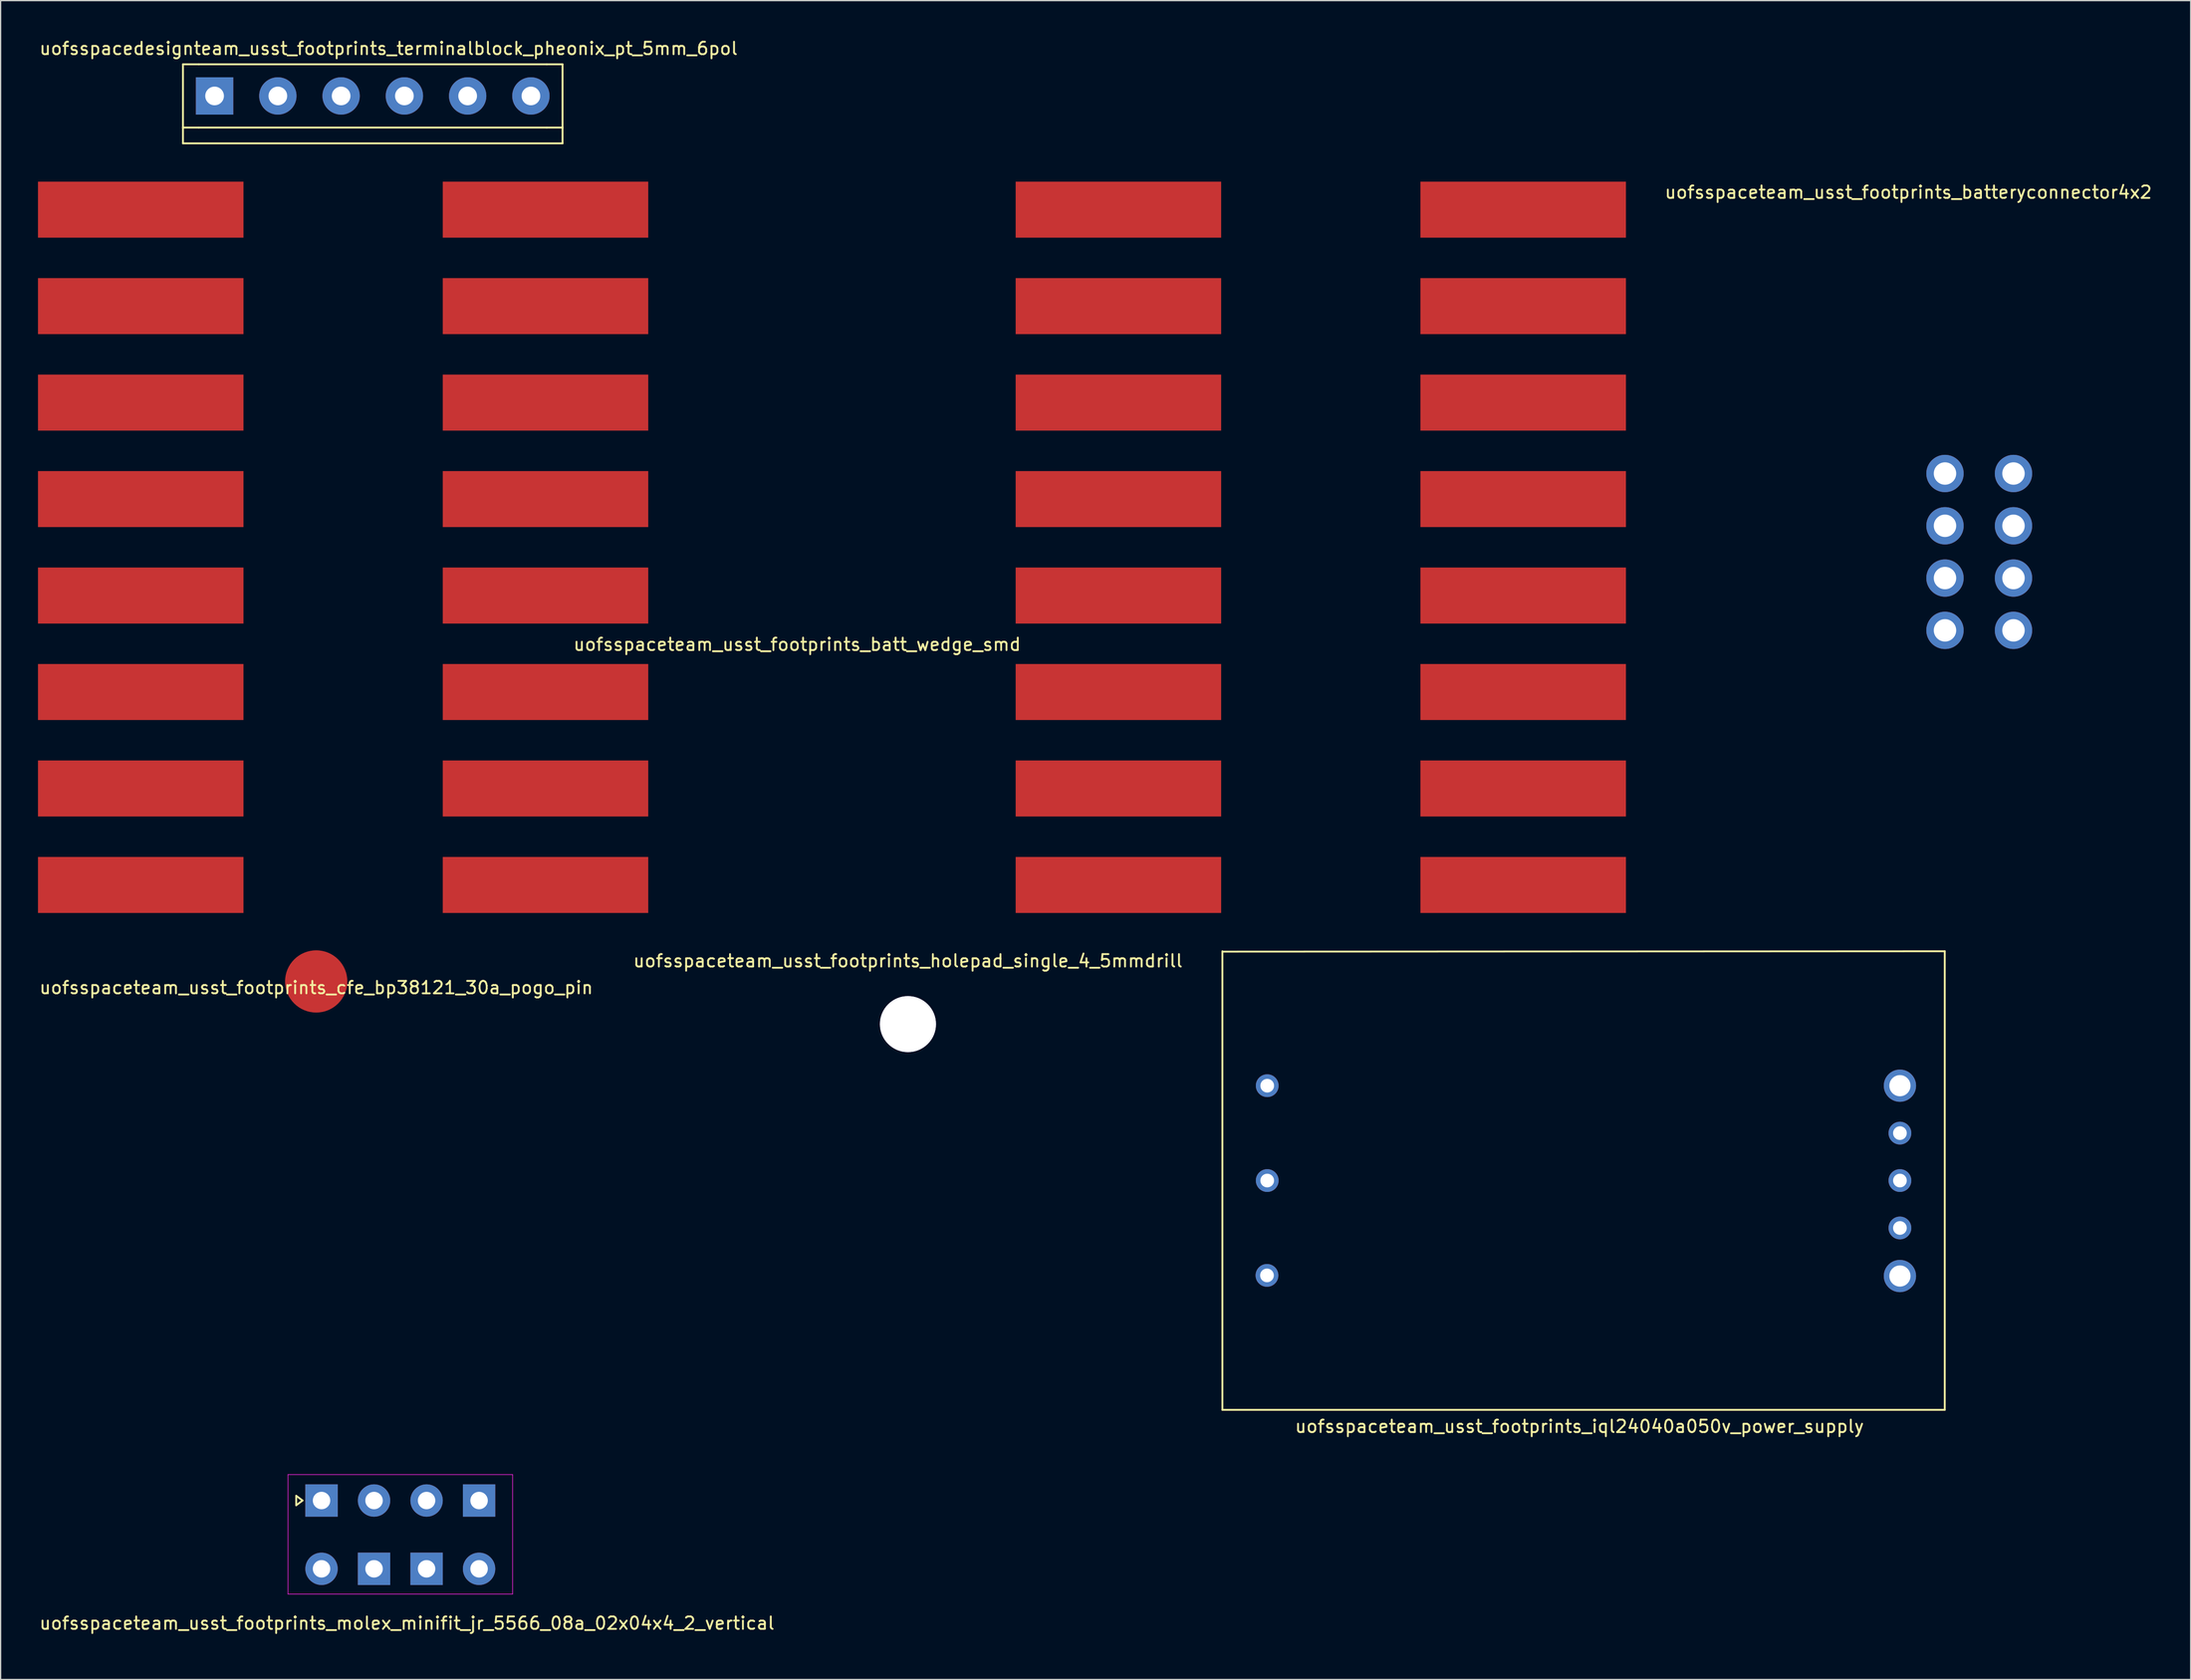
<source format=kicad_pcb>
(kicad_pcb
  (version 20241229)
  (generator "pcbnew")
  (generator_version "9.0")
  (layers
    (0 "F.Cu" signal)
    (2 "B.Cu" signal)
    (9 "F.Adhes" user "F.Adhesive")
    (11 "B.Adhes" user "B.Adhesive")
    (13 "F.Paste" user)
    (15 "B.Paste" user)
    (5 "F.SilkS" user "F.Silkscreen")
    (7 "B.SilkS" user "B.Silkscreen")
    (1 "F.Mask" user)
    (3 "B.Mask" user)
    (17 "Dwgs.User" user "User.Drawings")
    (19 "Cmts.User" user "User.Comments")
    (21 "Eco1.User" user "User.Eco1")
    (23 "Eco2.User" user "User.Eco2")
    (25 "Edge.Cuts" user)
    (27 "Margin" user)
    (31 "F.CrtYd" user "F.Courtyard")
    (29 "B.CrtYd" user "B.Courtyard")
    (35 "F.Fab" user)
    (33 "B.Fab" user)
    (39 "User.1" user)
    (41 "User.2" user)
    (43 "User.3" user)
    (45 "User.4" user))
  (footprint "uofsspaceteam_usst_footprints_molex_minifit_jr_5566_08a_02x04x4_2_vertical"
    (layer "F.Cu")
    (at 29.625 128.619)
    (property "Reference" "uofsspaceteam_usst_footprints_molex_minifit_jr_5566_08a_02x04x4_2_vertical" (at 0 -1.27 0) (layer "F.SilkS") (effects (font (size 1 1) (thickness 0.15))))
    (attr through_hole)
    (fp_line (start -8.89 -11.506) (end -8.89 -10.744) (stroke (width 0.15) (type solid)) (layer "F.SilkS"))
    (fp_line (start -8.89 -10.744) (end -8.382 -11.125) (stroke (width 0.15) (type solid)) (layer "F.SilkS"))
    (fp_line (start -8.382 -11.125) (end -8.89 -11.506) (stroke (width 0.15) (type solid)) (layer "F.SilkS"))
    (fp_line (start -9.55 -13.208) (end 8.484 -13.208) (stroke (width 0.05) (type solid)) (layer "F.CrtYd"))
    (fp_line (start -9.55 -3.607) (end -9.55 -13.208) (stroke (width 0.05) (type solid)) (layer "F.CrtYd"))
    (fp_line (start 8.484 -13.208) (end 8.484 -3.607) (stroke (width 0.05) (type solid)) (layer "F.CrtYd"))
    (fp_line (start 8.484 -3.607) (end -9.55 -3.607) (stroke (width 0.05) (type solid)) (layer "F.CrtYd"))
    (pad "1" thru_hole rect (at -6.858 -11.125) (size 2.6 2.6) (drill 1.4) (layers "*.Cu" "*.Mask"))
    (pad "2" thru_hole circle (at -2.642 -11.125) (size 2.6 2.6) (drill 1.4) (layers "*.Cu" "*.Mask"))
    (pad "3" thru_hole circle (at 1.575 -11.125) (size 2.6 2.6) (drill 1.4) (layers "*.Cu" "*.Mask"))
    (pad "4" thru_hole rect (at 5.791 -11.125) (size 2.6 2.6) (drill 1.4) (layers "*.Cu" "*.Mask"))
    (pad "5" thru_hole circle (at -6.858 -5.639) (size 2.6 2.6) (drill 1.4) (layers "*.Cu" "*.Mask"))
    (pad "6" thru_hole rect (at -2.642 -5.639) (size 2.6 2.6) (drill 1.4) (layers "*.Cu" "*.Mask"))
    (pad "7" thru_hole rect (at 1.575 -5.639) (size 2.6 2.6) (drill 1.4) (layers "*.Cu" "*.Mask"))
    (pad "8" thru_hole circle (at 5.791 -5.639) (size 2.6 2.6) (drill 1.4) (layers "*.Cu" "*.Mask")))
  (footprint "uofsspaceteam_usst_footprints_cfe_bp38121_30a_pogo_pin"
    (layer "F.Cu")
    (at 22.339 75.793)
    (property "Reference" "uofsspaceteam_usst_footprints_cfe_bp38121_30a_pogo_pin" (at 0 0.5 0) (layer "F.SilkS") (effects (font (size 1 1) (thickness 0.15))))
    (attr through_hole)
    (pad "1" smd circle (at 0 0) (size 5 5) (layers "F.Cu" "F.Mask" "F.Paste")))
  (footprint "uofsspaceteam_usst_footprints_batt_wedge_smd"
    (layer "F.Cu")
    (at 60.955 48.718)
    (property "Reference" "uofsspaceteam_usst_footprints_batt_wedge_smd" (at 0 0 0) (layer "F.SilkS") (effects (font (size 1 1) (thickness 0.15))))
    (attr through_hole)
    (pad "1" smd rect (at -52.705 -34.925 90) (size 4.5 16.5) (layers "F.Cu" "F.Mask" "F.Paste"))
    (pad "1" smd rect (at -20.205 -34.925 90) (size 4.5 16.5) (layers "F.Cu" "F.Mask" "F.Paste"))
    (pad "1" smd rect (at 25.795 -34.925 90) (size 4.5 16.5) (layers "F.Cu" "F.Mask" "F.Paste"))
    (pad "1" smd rect (at 58.295 -34.925 90) (size 4.5 16.5) (layers "F.Cu" "F.Mask" "F.Paste"))
    (pad "2" smd rect (at -52.705 -27.175 90) (size 4.5 16.5) (layers "F.Cu" "F.Mask" "F.Paste"))
    (pad "2" smd rect (at -20.205 -27.175 90) (size 4.5 16.5) (layers "F.Cu" "F.Mask" "F.Paste"))
    (pad "2" smd rect (at 25.795 -27.175 90) (size 4.5 16.5) (layers "F.Cu" "F.Mask" "F.Paste"))
    (pad "2" smd rect (at 58.295 -27.175 90) (size 4.5 16.5) (layers "F.Cu" "F.Mask" "F.Paste"))
    (pad "3" smd rect (at -52.705 -19.425 90) (size 4.5 16.5) (layers "F.Cu" "F.Mask" "F.Paste"))
    (pad "3" smd rect (at -20.205 -19.425 90) (size 4.5 16.5) (layers "F.Cu" "F.Mask" "F.Paste"))
    (pad "3" smd rect (at 25.795 -19.425 90) (size 4.5 16.5) (layers "F.Cu" "F.Mask" "F.Paste"))
    (pad "3" smd rect (at 58.295 -19.425 90) (size 4.5 16.5) (layers "F.Cu" "F.Mask" "F.Paste"))
    (pad "4" smd rect (at -52.705 -11.675 90) (size 4.5 16.5) (layers "F.Cu" "F.Mask" "F.Paste"))
    (pad "4" smd rect (at -20.205 -11.675 90) (size 4.5 16.5) (layers "F.Cu" "F.Mask" "F.Paste"))
    (pad "4" smd rect (at 25.795 -11.675 90) (size 4.5 16.5) (layers "F.Cu" "F.Mask" "F.Paste"))
    (pad "4" smd rect (at 58.295 -11.675 90) (size 4.5 16.5) (layers "F.Cu" "F.Mask" "F.Paste"))
    (pad "5" smd rect (at -52.705 -3.925 90) (size 4.5 16.5) (layers "F.Cu" "F.Mask" "F.Paste"))
    (pad "5" smd rect (at -20.205 -3.925 90) (size 4.5 16.5) (layers "F.Cu" "F.Mask" "F.Paste"))
    (pad "5" smd rect (at 25.795 -3.925 90) (size 4.5 16.5) (layers "F.Cu" "F.Mask" "F.Paste"))
    (pad "5" smd rect (at 58.295 -3.925 90) (size 4.5 16.5) (layers "F.Cu" "F.Mask" "F.Paste"))
    (pad "6" smd rect (at -52.705 3.825 90) (size 4.5 16.5) (layers "F.Cu" "F.Mask" "F.Paste"))
    (pad "6" smd rect (at -20.205 3.825 90) (size 4.5 16.5) (layers "F.Cu" "F.Mask" "F.Paste"))
    (pad "6" smd rect (at 25.795 3.825 90) (size 4.5 16.5) (layers "F.Cu" "F.Mask" "F.Paste"))
    (pad "6" smd rect (at 58.295 3.825 90) (size 4.5 16.5) (layers "F.Cu" "F.Mask" "F.Paste"))
    (pad "7" smd rect (at -52.705 11.575 90) (size 4.5 16.5) (layers "F.Cu" "F.Mask" "F.Paste"))
    (pad "7" smd rect (at -20.205 11.575 90) (size 4.5 16.5) (layers "F.Cu" "F.Mask" "F.Paste"))
    (pad "7" smd rect (at 25.795 11.575 90) (size 4.5 16.5) (layers "F.Cu" "F.Mask" "F.Paste"))
    (pad "7" smd rect (at 58.295 11.575 90) (size 4.5 16.5) (layers "F.Cu" "F.Mask" "F.Paste"))
    (pad "8" smd rect (at -52.705 19.325 90) (size 4.5 16.5) (layers "F.Cu" "F.Mask" "F.Paste"))
    (pad "8" smd rect (at -20.205 19.325 90) (size 4.5 16.5) (layers "F.Cu" "F.Mask" "F.Paste"))
    (pad "8" smd rect (at 25.795 19.325 90) (size 4.5 16.5) (layers "F.Cu" "F.Mask" "F.Paste"))
    (pad "8" smd rect (at 58.295 19.325 90) (size 4.5 16.5) (layers "F.Cu" "F.Mask" "F.Paste")))
  (footprint "uofsspacedesignteam_usst_footprints_terminalblock_pheonix_pt_5mm_6pol"
    (layer "F.Cu")
    (at 14.179 4.658)
    (property "Reference" "uofsspacedesignteam_usst_footprints_terminalblock_pheonix_pt_5mm_6pol" (at 13.97 -3.81 0) (layer "F.SilkS") (effects (font (size 1 1) (thickness 0.15))))
    (attr through_hole)
    (fp_line (start -2.54 -2.54) (end -2.54 2.54) (stroke (width 0.15) (type solid)) (layer "F.SilkS"))
    (fp_line (start -2.54 2.54) (end -2.54 3.81) (stroke (width 0.15) (type solid)) (layer "F.SilkS"))
    (fp_line (start -2.54 2.54) (end -1.27 2.54) (stroke (width 0.15) (type solid)) (layer "F.SilkS"))
    (fp_line (start -2.54 3.81) (end 27.94 3.81) (stroke (width 0.15) (type solid)) (layer "F.SilkS"))
    (fp_line (start -1.27 -2.54) (end -2.54 -2.54) (stroke (width 0.15) (type solid)) (layer "F.SilkS"))
    (fp_line (start -1.27 2.54) (end 26.67 2.54) (stroke (width 0.15) (type solid)) (layer "F.SilkS"))
    (fp_line (start 26.67 -2.54) (end -1.27 -2.54) (stroke (width 0.15) (type solid)) (layer "F.SilkS"))
    (fp_line (start 26.67 -2.54) (end 27.94 -2.54) (stroke (width 0.15) (type solid)) (layer "F.SilkS"))
    (fp_line (start 27.94 -2.54) (end 27.94 2.54) (stroke (width 0.15) (type solid)) (layer "F.SilkS"))
    (fp_line (start 27.94 2.54) (end 26.67 2.54) (stroke (width 0.15) (type solid)) (layer "F.SilkS"))
    (fp_line (start 27.94 3.81) (end 27.94 2.54) (stroke (width 0.15) (type solid)) (layer "F.SilkS"))
    (pad "1" thru_hole rect (at 0 0) (size 3 3) (drill 1.5) (layers "*.Cu" "*.Mask"))
    (pad "2" thru_hole circle (at 5.08 0) (size 3 3) (drill 1.5) (layers "*.Cu" "*.Mask"))
    (pad "3" thru_hole circle (at 10.16 0) (size 3 3) (drill 1.5) (layers "*.Cu" "*.Mask"))
    (pad "4" thru_hole circle (at 15.24 0) (size 3 3) (drill 1.5) (layers "*.Cu" "*.Mask"))
    (pad "5" thru_hole circle (at 20.32 0) (size 3 3) (drill 1.5) (layers "*.Cu" "*.Mask"))
    (pad "6" thru_hole circle (at 25.4 0) (size 3 3) (drill 1.5) (layers "*.Cu" "*.Mask")))
  (footprint "uofsspaceteam_usst_footprints_holepad_single_4_5mmdrill"
    (layer "F.Cu")
    (at 69.851 79.222)
    (property "Reference" "uofsspaceteam_usst_footprints_holepad_single_4_5mmdrill" (at 0 -5.08 0) (layer "F.SilkS") (effects (font (size 1 1) (thickness 0.15))))
    (attr through_hole)
    (pad "" thru_hole circle (at 0 0) (size 4.5 4.5) (drill 4.5) (layers "*.Cu" "*.Mask")))
  (footprint "uofsspaceteam_usst_footprints_iql24040a050v_power_supply"
    (layer "F.Cu")
    (at 149.499 84.168)
    (property "Reference" "uofsspaceteam_usst_footprints_iql24040a050v_power_supply" (at -25.73 27.37 180) (layer "F.SilkS") (effects (font (size 1 1) (thickness 0.15))))
    (attr through_hole)
    (fp_line (start -54.4 26.04) (end -54.4 -10.8) (stroke (width 0.15) (type solid)) (layer "F.SilkS"))
    (fp_line (start -54.36 -10.77) (end 3.6 -10.8) (stroke (width 0.15) (type solid)) (layer "F.SilkS"))
    (fp_line (start 3.6 -10.8) (end 3.6 26.04) (stroke (width 0.15) (type solid)) (layer "F.SilkS"))
    (fp_line (start 3.6 26.04) (end -54.4 26.04) (stroke (width 0.15) (type solid)) (layer "F.SilkS"))
    (pad "1" thru_hole circle (at -50.8 0) (size 1.83 1.83) (drill 1.1) (layers "*.Cu" "*.Mask"))
    (pad "2" thru_hole circle (at -50.8 7.62) (size 1.83 1.83) (drill 1.1) (layers "*.Cu" "*.Mask"))
    (pad "3" thru_hole circle (at -50.82 15.24) (size 1.83 1.83) (drill 1.1) (layers "*.Cu" "*.Mask"))
    (pad "4" thru_hole circle (at 0 15.29) (size 2.59 2.59) (drill 1.7) (layers "*.Cu" "*.Mask"))
    (pad "5" thru_hole circle (at 0 11.43) (size 1.83 1.83) (drill 1.1) (layers "*.Cu" "*.Mask"))
    (pad "6" thru_hole circle (at 0 7.62) (size 1.83 1.83) (drill 1.1) (layers "*.Cu" "*.Mask"))
    (pad "7" thru_hole circle (at 0 3.81) (size 1.83 1.83) (drill 1.1) (layers "*.Cu" "*.Mask"))
    (pad "8" thru_hole circle (at 0 0) (size 2.59 2.59) (drill 1.7) (layers "*.Cu" "*.Mask")))
  (footprint "uofsspaceteam_usst_footprints_batteryconnector4x2"
    (layer "F.Cu")
    (at 153.118 47.589)
    (property "Reference" "uofsspaceteam_usst_footprints_batteryconnector4x2" (at -2.946 -35.197 0) (layer "F.SilkS") (effects (font (size 1 1) (thickness 0.15))))
    (attr through_hole)
    (pad "" np_thru_hole circle (at 0 -12.6) (size 3 3) (drill 1.8) (layers "*.Cu"))
    (pad "" np_thru_hole circle (at 0 -8.4) (size 3 3) (drill 1.8) (layers "*.Cu"))
    (pad "" np_thru_hole circle (at 0 -4.2) (size 3 3) (drill 1.8) (layers "*.Cu"))
    (pad "" np_thru_hole circle (at 0 0) (size 3 3) (drill 1.8) (layers "*.Cu"))
    (pad "" np_thru_hole circle (at 5.5 -12.6) (size 3 3) (drill 1.8) (layers "*.Cu"))
    (pad "" np_thru_hole circle (at 5.5 -8.4) (size 3 3) (drill 1.8) (layers "*.Cu"))
    (pad "" np_thru_hole circle (at 5.5 -4.2) (size 3 3) (drill 1.8) (layers "*.Cu"))
    (pad "" np_thru_hole circle (at 5.5 0) (size 3 3) (drill 1.8) (layers "*.Cu")))
  (gr_rect
    (start -3 -3)
    (end 172.845 131.869)
    (stroke (width 0.1) (type default))
    (fill no)
    (layer "Edge.Cuts")))
</source>
